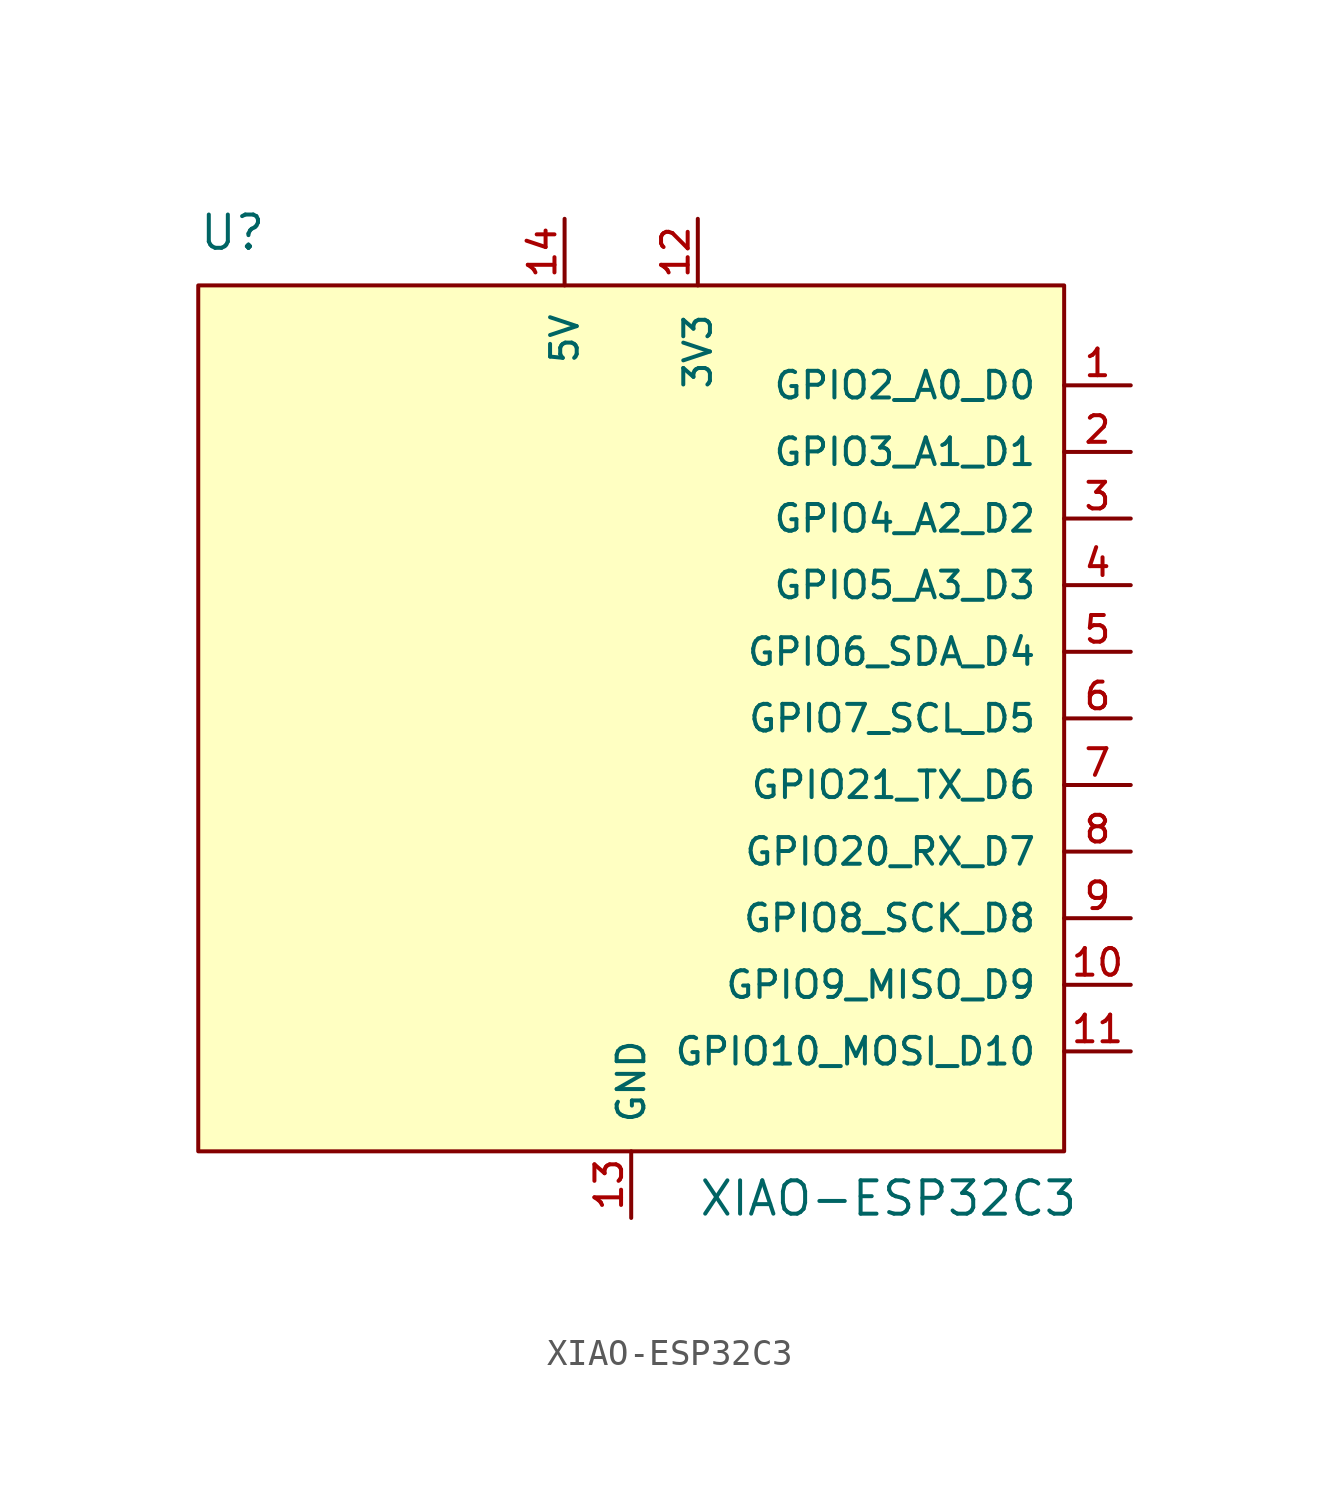
<source format=kicad_sym>
(kicad_symbol_lib
  (version 20220914)
  (generator kicad_symbol_editor)
  (symbol "XIAO-ESP32C3"
    (pin_names
      (offset 1.016))
    (property "Reference" "U"
      (at -16.51 17.78 0)
      (effects (font (size 1.27 1.27)) (justify left bottom)))
    (property "Value" "XIAO-ESP32C3"
      (at 2.54 -19.05 0)
      (effects (font (size 1.27 1.27)) (justify left bottom)))
    (symbol "XIAO-ESP32C3_1_0"
      (pin bidirectional line (at 19.05 12.7 180) (length 2.54) (name "GPIO2_A0_D0" (effects (font (size 1.016 1.016)))) (number "1" (effects (font (size 1.016 1.016)))))
      (pin bidirectional line (at 19.05 -10.16 180) (length 2.54) (name "GPIO9_MISO_D9" (effects (font (size 1.016 1.016)))) (number "10" (effects (font (size 1.016 1.016)))))
      (pin bidirectional line (at 19.05 -12.7 180) (length 2.54) (name "GPIO10_MOSI_D10" (effects (font (size 1.016 1.016)))) (number "11" (effects (font (size 1.016 1.016)))))
      (pin power_out line (at 2.54 19.05 270) (length 2.54) (name "3V3" (effects (font (size 1.016 1.016)))) (number "12" (effects (font (size 1.016 1.016)))))
      (pin power_in line (at 0 -19.05 90) (length 2.54) (name "GND" (effects (font (size 1.016 1.016)))) (number "13" (effects (font (size 1.016 1.016)))))
      (pin power_in line (at -2.54 19.05 270) (length 2.54) (name "5V" (effects (font (size 1.016 1.016)))) (number "14" (effects (font (size 1.016 1.016)))))
      (pin bidirectional line (at 19.05 10.16 180) (length 2.54) (name "GPIO3_A1_D1" (effects (font (size 1.016 1.016)))) (number "2" (effects (font (size 1.016 1.016)))))
      (pin bidirectional line (at 19.05 7.62 180) (length 2.54) (name "GPIO4_A2_D2" (effects (font (size 1.016 1.016)))) (number "3" (effects (font (size 1.016 1.016)))))
      (pin bidirectional line (at 19.05 5.08 180) (length 2.54) (name "GPIO5_A3_D3" (effects (font (size 1.016 1.016)))) (number "4" (effects (font (size 1.016 1.016)))))
      (pin bidirectional line (at 19.05 2.54 180) (length 2.54) (name "GPIO6_SDA_D4" (effects (font (size 1.016 1.016)))) (number "5" (effects (font (size 1.016 1.016)))))
      (pin bidirectional line (at 19.05 0 180) (length 2.54) (name "GPIO7_SCL_D5" (effects (font (size 1.016 1.016)))) (number "6" (effects (font (size 1.016 1.016)))))
      (pin bidirectional line (at 19.05 -2.54 180) (length 2.54) (name "GPIO21_TX_D6" (effects (font (size 1.016 1.016)))) (number "7" (effects (font (size 1.016 1.016)))))
      (pin bidirectional line (at 19.05 -5.08 180) (length 2.54) (name "GPIO20_RX_D7" (effects (font (size 1.016 1.016)))) (number "8" (effects (font (size 1.016 1.016)))))
      (pin bidirectional line (at 19.05 -7.62 180) (length 2.54) (name "GPIO8_SCK_D8" (effects (font (size 1.016 1.016)))) (number "9" (effects (font (size 1.016 1.016))))))
    (symbol "XIAO-ESP32C3_1_1"
      (rectangle (start -16.51 16.51) (end 16.51 -16.51) (stroke (width 0) (type default)) (fill (type background))))))
</source>
